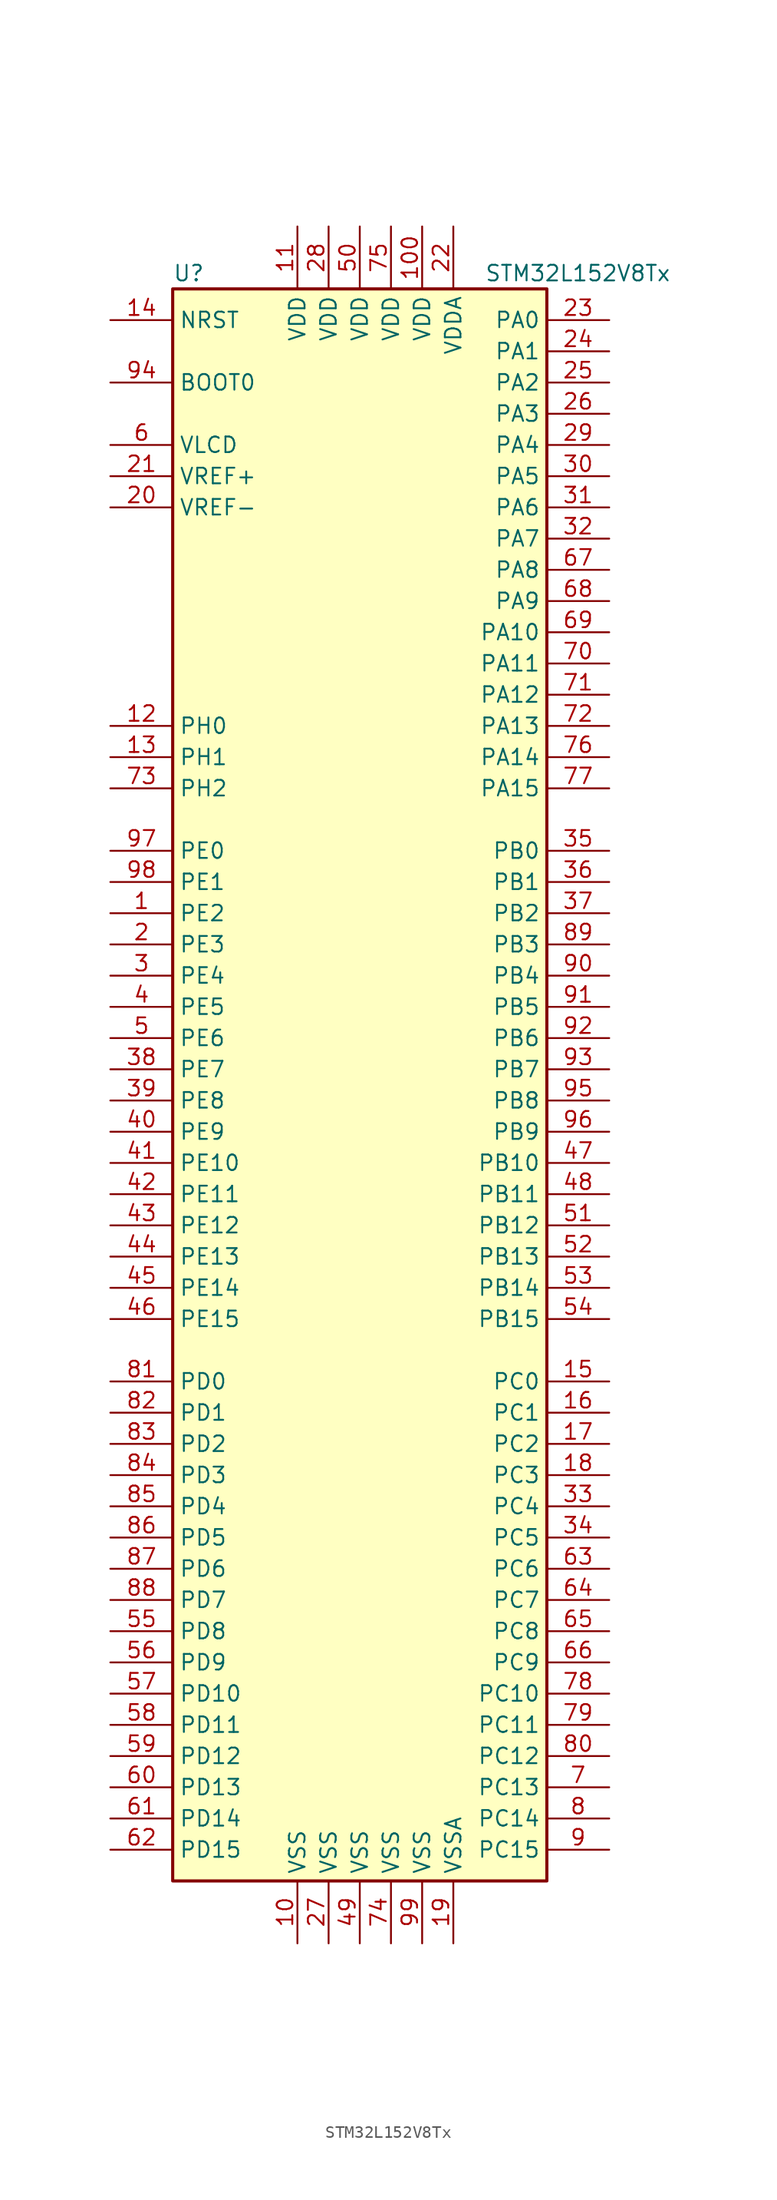
<source format=kicad_sym>
(kicad_symbol_lib
  (version 20211014)
  (generator kicad_symbol_editor)
  (symbol "STM32L152V8Tx"
    (property "Reference" "U"
      (at -15.24 64.77 0)
      (effects (font (size 1.27 1.27)) (justify left)))
    (property "Value" "STM32L152V8Tx"
      (at 10.16 64.77 0)
      (effects (font (size 1.27 1.27)) (justify left)))
    (symbol "STM32L152V8Tx_0_1"
      (rectangle (start -15.24 -66.04) (end 15.24 63.5) (stroke (width 0.254) (type default) (color 0 0 0 0)) (fill (type background))))
    (symbol "STM32L152V8Tx_1_1"
      (pin bidirectional line (at -20.32 12.7 0) (length 5.08) (name "PE2" (effects (font (size 1.27 1.27)))) (number "1" (effects (font (size 1.27 1.27)))))
      (pin power_in line (at -5.08 -71.12 90) (length 5.08) (name "VSS" (effects (font (size 1.27 1.27)))) (number "10" (effects (font (size 1.27 1.27)))))
      (pin power_in line (at 5.08 68.58 270) (length 5.08) (name "VDD" (effects (font (size 1.27 1.27)))) (number "100" (effects (font (size 1.27 1.27)))))
      (pin power_in line (at -5.08 68.58 270) (length 5.08) (name "VDD" (effects (font (size 1.27 1.27)))) (number "11" (effects (font (size 1.27 1.27)))))
      (pin input line (at -20.32 27.94 0) (length 5.08) (name "PH0" (effects (font (size 1.27 1.27)))) (number "12" (effects (font (size 1.27 1.27)))))
      (pin input line (at -20.32 25.4 0) (length 5.08) (name "PH1" (effects (font (size 1.27 1.27)))) (number "13" (effects (font (size 1.27 1.27)))))
      (pin input line (at -20.32 60.96 0) (length 5.08) (name "NRST" (effects (font (size 1.27 1.27)))) (number "14" (effects (font (size 1.27 1.27)))))
      (pin bidirectional line (at 20.32 -25.4 180) (length 5.08) (name "PC0" (effects (font (size 1.27 1.27)))) (number "15" (effects (font (size 1.27 1.27)))))
      (pin bidirectional line (at 20.32 -27.94 180) (length 5.08) (name "PC1" (effects (font (size 1.27 1.27)))) (number "16" (effects (font (size 1.27 1.27)))))
      (pin bidirectional line (at 20.32 -30.48 180) (length 5.08) (name "PC2" (effects (font (size 1.27 1.27)))) (number "17" (effects (font (size 1.27 1.27)))))
      (pin bidirectional line (at 20.32 -33.02 180) (length 5.08) (name "PC3" (effects (font (size 1.27 1.27)))) (number "18" (effects (font (size 1.27 1.27)))))
      (pin power_in line (at 7.62 -71.12 90) (length 5.08) (name "VSSA" (effects (font (size 1.27 1.27)))) (number "19" (effects (font (size 1.27 1.27)))))
      (pin bidirectional line (at -20.32 10.16 0) (length 5.08) (name "PE3" (effects (font (size 1.27 1.27)))) (number "2" (effects (font (size 1.27 1.27)))))
      (pin power_in line (at -20.32 45.72 0) (length 5.08) (name "VREF-" (effects (font (size 1.27 1.27)))) (number "20" (effects (font (size 1.27 1.27)))))
      (pin power_in line (at -20.32 48.26 0) (length 5.08) (name "VREF+" (effects (font (size 1.27 1.27)))) (number "21" (effects (font (size 1.27 1.27)))))
      (pin power_in line (at 7.62 68.58 270) (length 5.08) (name "VDDA" (effects (font (size 1.27 1.27)))) (number "22" (effects (font (size 1.27 1.27)))))
      (pin bidirectional line (at 20.32 60.96 180) (length 5.08) (name "PA0" (effects (font (size 1.27 1.27)))) (number "23" (effects (font (size 1.27 1.27)))))
      (pin bidirectional line (at 20.32 58.42 180) (length 5.08) (name "PA1" (effects (font (size 1.27 1.27)))) (number "24" (effects (font (size 1.27 1.27)))))
      (pin bidirectional line (at 20.32 55.88 180) (length 5.08) (name "PA2" (effects (font (size 1.27 1.27)))) (number "25" (effects (font (size 1.27 1.27)))))
      (pin bidirectional line (at 20.32 53.34 180) (length 5.08) (name "PA3" (effects (font (size 1.27 1.27)))) (number "26" (effects (font (size 1.27 1.27)))))
      (pin power_in line (at -2.54 -71.12 90) (length 5.08) (name "VSS" (effects (font (size 1.27 1.27)))) (number "27" (effects (font (size 1.27 1.27)))))
      (pin power_in line (at -2.54 68.58 270) (length 5.08) (name "VDD" (effects (font (size 1.27 1.27)))) (number "28" (effects (font (size 1.27 1.27)))))
      (pin bidirectional line (at 20.32 50.8 180) (length 5.08) (name "PA4" (effects (font (size 1.27 1.27)))) (number "29" (effects (font (size 1.27 1.27)))))
      (pin bidirectional line (at -20.32 7.62 0) (length 5.08) (name "PE4" (effects (font (size 1.27 1.27)))) (number "3" (effects (font (size 1.27 1.27)))))
      (pin bidirectional line (at 20.32 48.26 180) (length 5.08) (name "PA5" (effects (font (size 1.27 1.27)))) (number "30" (effects (font (size 1.27 1.27)))))
      (pin bidirectional line (at 20.32 45.72 180) (length 5.08) (name "PA6" (effects (font (size 1.27 1.27)))) (number "31" (effects (font (size 1.27 1.27)))))
      (pin bidirectional line (at 20.32 43.18 180) (length 5.08) (name "PA7" (effects (font (size 1.27 1.27)))) (number "32" (effects (font (size 1.27 1.27)))))
      (pin bidirectional line (at 20.32 -35.56 180) (length 5.08) (name "PC4" (effects (font (size 1.27 1.27)))) (number "33" (effects (font (size 1.27 1.27)))))
      (pin bidirectional line (at 20.32 -38.1 180) (length 5.08) (name "PC5" (effects (font (size 1.27 1.27)))) (number "34" (effects (font (size 1.27 1.27)))))
      (pin bidirectional line (at 20.32 17.78 180) (length 5.08) (name "PB0" (effects (font (size 1.27 1.27)))) (number "35" (effects (font (size 1.27 1.27)))))
      (pin bidirectional line (at 20.32 15.24 180) (length 5.08) (name "PB1" (effects (font (size 1.27 1.27)))) (number "36" (effects (font (size 1.27 1.27)))))
      (pin bidirectional line (at 20.32 12.7 180) (length 5.08) (name "PB2" (effects (font (size 1.27 1.27)))) (number "37" (effects (font (size 1.27 1.27)))))
      (pin bidirectional line (at -20.32 0 0) (length 5.08) (name "PE7" (effects (font (size 1.27 1.27)))) (number "38" (effects (font (size 1.27 1.27)))))
      (pin bidirectional line (at -20.32 -2.54 0) (length 5.08) (name "PE8" (effects (font (size 1.27 1.27)))) (number "39" (effects (font (size 1.27 1.27)))))
      (pin bidirectional line (at -20.32 5.08 0) (length 5.08) (name "PE5" (effects (font (size 1.27 1.27)))) (number "4" (effects (font (size 1.27 1.27)))))
      (pin bidirectional line (at -20.32 -5.08 0) (length 5.08) (name "PE9" (effects (font (size 1.27 1.27)))) (number "40" (effects (font (size 1.27 1.27)))))
      (pin bidirectional line (at -20.32 -7.62 0) (length 5.08) (name "PE10" (effects (font (size 1.27 1.27)))) (number "41" (effects (font (size 1.27 1.27)))))
      (pin bidirectional line (at -20.32 -10.16 0) (length 5.08) (name "PE11" (effects (font (size 1.27 1.27)))) (number "42" (effects (font (size 1.27 1.27)))))
      (pin bidirectional line (at -20.32 -12.7 0) (length 5.08) (name "PE12" (effects (font (size 1.27 1.27)))) (number "43" (effects (font (size 1.27 1.27)))))
      (pin bidirectional line (at -20.32 -15.24 0) (length 5.08) (name "PE13" (effects (font (size 1.27 1.27)))) (number "44" (effects (font (size 1.27 1.27)))))
      (pin bidirectional line (at -20.32 -17.78 0) (length 5.08) (name "PE14" (effects (font (size 1.27 1.27)))) (number "45" (effects (font (size 1.27 1.27)))))
      (pin bidirectional line (at -20.32 -20.32 0) (length 5.08) (name "PE15" (effects (font (size 1.27 1.27)))) (number "46" (effects (font (size 1.27 1.27)))))
      (pin bidirectional line (at 20.32 -7.62 180) (length 5.08) (name "PB10" (effects (font (size 1.27 1.27)))) (number "47" (effects (font (size 1.27 1.27)))))
      (pin bidirectional line (at 20.32 -10.16 180) (length 5.08) (name "PB11" (effects (font (size 1.27 1.27)))) (number "48" (effects (font (size 1.27 1.27)))))
      (pin power_in line (at 0 -71.12 90) (length 5.08) (name "VSS" (effects (font (size 1.27 1.27)))) (number "49" (effects (font (size 1.27 1.27)))))
      (pin bidirectional line (at -20.32 2.54 0) (length 5.08) (name "PE6" (effects (font (size 1.27 1.27)))) (number "5" (effects (font (size 1.27 1.27)))))
      (pin power_in line (at 0 68.58 270) (length 5.08) (name "VDD" (effects (font (size 1.27 1.27)))) (number "50" (effects (font (size 1.27 1.27)))))
      (pin bidirectional line (at 20.32 -12.7 180) (length 5.08) (name "PB12" (effects (font (size 1.27 1.27)))) (number "51" (effects (font (size 1.27 1.27)))))
      (pin bidirectional line (at 20.32 -15.24 180) (length 5.08) (name "PB13" (effects (font (size 1.27 1.27)))) (number "52" (effects (font (size 1.27 1.27)))))
      (pin bidirectional line (at 20.32 -17.78 180) (length 5.08) (name "PB14" (effects (font (size 1.27 1.27)))) (number "53" (effects (font (size 1.27 1.27)))))
      (pin bidirectional line (at 20.32 -20.32 180) (length 5.08) (name "PB15" (effects (font (size 1.27 1.27)))) (number "54" (effects (font (size 1.27 1.27)))))
      (pin bidirectional line (at -20.32 -45.72 0) (length 5.08) (name "PD8" (effects (font (size 1.27 1.27)))) (number "55" (effects (font (size 1.27 1.27)))))
      (pin bidirectional line (at -20.32 -48.26 0) (length 5.08) (name "PD9" (effects (font (size 1.27 1.27)))) (number "56" (effects (font (size 1.27 1.27)))))
      (pin bidirectional line (at -20.32 -50.8 0) (length 5.08) (name "PD10" (effects (font (size 1.27 1.27)))) (number "57" (effects (font (size 1.27 1.27)))))
      (pin bidirectional line (at -20.32 -53.34 0) (length 5.08) (name "PD11" (effects (font (size 1.27 1.27)))) (number "58" (effects (font (size 1.27 1.27)))))
      (pin bidirectional line (at -20.32 -55.88 0) (length 5.08) (name "PD12" (effects (font (size 1.27 1.27)))) (number "59" (effects (font (size 1.27 1.27)))))
      (pin power_in line (at -20.32 50.8 0) (length 5.08) (name "VLCD" (effects (font (size 1.27 1.27)))) (number "6" (effects (font (size 1.27 1.27)))))
      (pin bidirectional line (at -20.32 -58.42 0) (length 5.08) (name "PD13" (effects (font (size 1.27 1.27)))) (number "60" (effects (font (size 1.27 1.27)))))
      (pin bidirectional line (at -20.32 -60.96 0) (length 5.08) (name "PD14" (effects (font (size 1.27 1.27)))) (number "61" (effects (font (size 1.27 1.27)))))
      (pin bidirectional line (at -20.32 -63.5 0) (length 5.08) (name "PD15" (effects (font (size 1.27 1.27)))) (number "62" (effects (font (size 1.27 1.27)))))
      (pin bidirectional line (at 20.32 -40.64 180) (length 5.08) (name "PC6" (effects (font (size 1.27 1.27)))) (number "63" (effects (font (size 1.27 1.27)))))
      (pin bidirectional line (at 20.32 -43.18 180) (length 5.08) (name "PC7" (effects (font (size 1.27 1.27)))) (number "64" (effects (font (size 1.27 1.27)))))
      (pin bidirectional line (at 20.32 -45.72 180) (length 5.08) (name "PC8" (effects (font (size 1.27 1.27)))) (number "65" (effects (font (size 1.27 1.27)))))
      (pin bidirectional line (at 20.32 -48.26 180) (length 5.08) (name "PC9" (effects (font (size 1.27 1.27)))) (number "66" (effects (font (size 1.27 1.27)))))
      (pin bidirectional line (at 20.32 40.64 180) (length 5.08) (name "PA8" (effects (font (size 1.27 1.27)))) (number "67" (effects (font (size 1.27 1.27)))))
      (pin bidirectional line (at 20.32 38.1 180) (length 5.08) (name "PA9" (effects (font (size 1.27 1.27)))) (number "68" (effects (font (size 1.27 1.27)))))
      (pin bidirectional line (at 20.32 35.56 180) (length 5.08) (name "PA10" (effects (font (size 1.27 1.27)))) (number "69" (effects (font (size 1.27 1.27)))))
      (pin bidirectional line (at 20.32 -58.42 180) (length 5.08) (name "PC13" (effects (font (size 1.27 1.27)))) (number "7" (effects (font (size 1.27 1.27)))))
      (pin bidirectional line (at 20.32 33.02 180) (length 5.08) (name "PA11" (effects (font (size 1.27 1.27)))) (number "70" (effects (font (size 1.27 1.27)))))
      (pin bidirectional line (at 20.32 30.48 180) (length 5.08) (name "PA12" (effects (font (size 1.27 1.27)))) (number "71" (effects (font (size 1.27 1.27)))))
      (pin bidirectional line (at 20.32 27.94 180) (length 5.08) (name "PA13" (effects (font (size 1.27 1.27)))) (number "72" (effects (font (size 1.27 1.27)))))
      (pin bidirectional line (at -20.32 22.86 0) (length 5.08) (name "PH2" (effects (font (size 1.27 1.27)))) (number "73" (effects (font (size 1.27 1.27)))))
      (pin power_in line (at 2.54 -71.12 90) (length 5.08) (name "VSS" (effects (font (size 1.27 1.27)))) (number "74" (effects (font (size 1.27 1.27)))))
      (pin power_in line (at 2.54 68.58 270) (length 5.08) (name "VDD" (effects (font (size 1.27 1.27)))) (number "75" (effects (font (size 1.27 1.27)))))
      (pin bidirectional line (at 20.32 25.4 180) (length 5.08) (name "PA14" (effects (font (size 1.27 1.27)))) (number "76" (effects (font (size 1.27 1.27)))))
      (pin bidirectional line (at 20.32 22.86 180) (length 5.08) (name "PA15" (effects (font (size 1.27 1.27)))) (number "77" (effects (font (size 1.27 1.27)))))
      (pin bidirectional line (at 20.32 -50.8 180) (length 5.08) (name "PC10" (effects (font (size 1.27 1.27)))) (number "78" (effects (font (size 1.27 1.27)))))
      (pin bidirectional line (at 20.32 -53.34 180) (length 5.08) (name "PC11" (effects (font (size 1.27 1.27)))) (number "79" (effects (font (size 1.27 1.27)))))
      (pin bidirectional line (at 20.32 -60.96 180) (length 5.08) (name "PC14" (effects (font (size 1.27 1.27)))) (number "8" (effects (font (size 1.27 1.27)))))
      (pin bidirectional line (at 20.32 -55.88 180) (length 5.08) (name "PC12" (effects (font (size 1.27 1.27)))) (number "80" (effects (font (size 1.27 1.27)))))
      (pin bidirectional line (at -20.32 -25.4 0) (length 5.08) (name "PD0" (effects (font (size 1.27 1.27)))) (number "81" (effects (font (size 1.27 1.27)))))
      (pin bidirectional line (at -20.32 -27.94 0) (length 5.08) (name "PD1" (effects (font (size 1.27 1.27)))) (number "82" (effects (font (size 1.27 1.27)))))
      (pin bidirectional line (at -20.32 -30.48 0) (length 5.08) (name "PD2" (effects (font (size 1.27 1.27)))) (number "83" (effects (font (size 1.27 1.27)))))
      (pin bidirectional line (at -20.32 -33.02 0) (length 5.08) (name "PD3" (effects (font (size 1.27 1.27)))) (number "84" (effects (font (size 1.27 1.27)))))
      (pin bidirectional line (at -20.32 -35.56 0) (length 5.08) (name "PD4" (effects (font (size 1.27 1.27)))) (number "85" (effects (font (size 1.27 1.27)))))
      (pin bidirectional line (at -20.32 -38.1 0) (length 5.08) (name "PD5" (effects (font (size 1.27 1.27)))) (number "86" (effects (font (size 1.27 1.27)))))
      (pin bidirectional line (at -20.32 -40.64 0) (length 5.08) (name "PD6" (effects (font (size 1.27 1.27)))) (number "87" (effects (font (size 1.27 1.27)))))
      (pin bidirectional line (at -20.32 -43.18 0) (length 5.08) (name "PD7" (effects (font (size 1.27 1.27)))) (number "88" (effects (font (size 1.27 1.27)))))
      (pin bidirectional line (at 20.32 10.16 180) (length 5.08) (name "PB3" (effects (font (size 1.27 1.27)))) (number "89" (effects (font (size 1.27 1.27)))))
      (pin bidirectional line (at 20.32 -63.5 180) (length 5.08) (name "PC15" (effects (font (size 1.27 1.27)))) (number "9" (effects (font (size 1.27 1.27)))))
      (pin bidirectional line (at 20.32 7.62 180) (length 5.08) (name "PB4" (effects (font (size 1.27 1.27)))) (number "90" (effects (font (size 1.27 1.27)))))
      (pin bidirectional line (at 20.32 5.08 180) (length 5.08) (name "PB5" (effects (font (size 1.27 1.27)))) (number "91" (effects (font (size 1.27 1.27)))))
      (pin bidirectional line (at 20.32 2.54 180) (length 5.08) (name "PB6" (effects (font (size 1.27 1.27)))) (number "92" (effects (font (size 1.27 1.27)))))
      (pin bidirectional line (at 20.32 0 180) (length 5.08) (name "PB7" (effects (font (size 1.27 1.27)))) (number "93" (effects (font (size 1.27 1.27)))))
      (pin input line (at -20.32 55.88 0) (length 5.08) (name "BOOT0" (effects (font (size 1.27 1.27)))) (number "94" (effects (font (size 1.27 1.27)))))
      (pin bidirectional line (at 20.32 -2.54 180) (length 5.08) (name "PB8" (effects (font (size 1.27 1.27)))) (number "95" (effects (font (size 1.27 1.27)))))
      (pin bidirectional line (at 20.32 -5.08 180) (length 5.08) (name "PB9" (effects (font (size 1.27 1.27)))) (number "96" (effects (font (size 1.27 1.27)))))
      (pin bidirectional line (at -20.32 17.78 0) (length 5.08) (name "PE0" (effects (font (size 1.27 1.27)))) (number "97" (effects (font (size 1.27 1.27)))))
      (pin bidirectional line (at -20.32 15.24 0) (length 5.08) (name "PE1" (effects (font (size 1.27 1.27)))) (number "98" (effects (font (size 1.27 1.27)))))
      (pin power_in line (at 5.08 -71.12 90) (length 5.08) (name "VSS" (effects (font (size 1.27 1.27)))) (number "99" (effects (font (size 1.27 1.27))))))))
</source>
